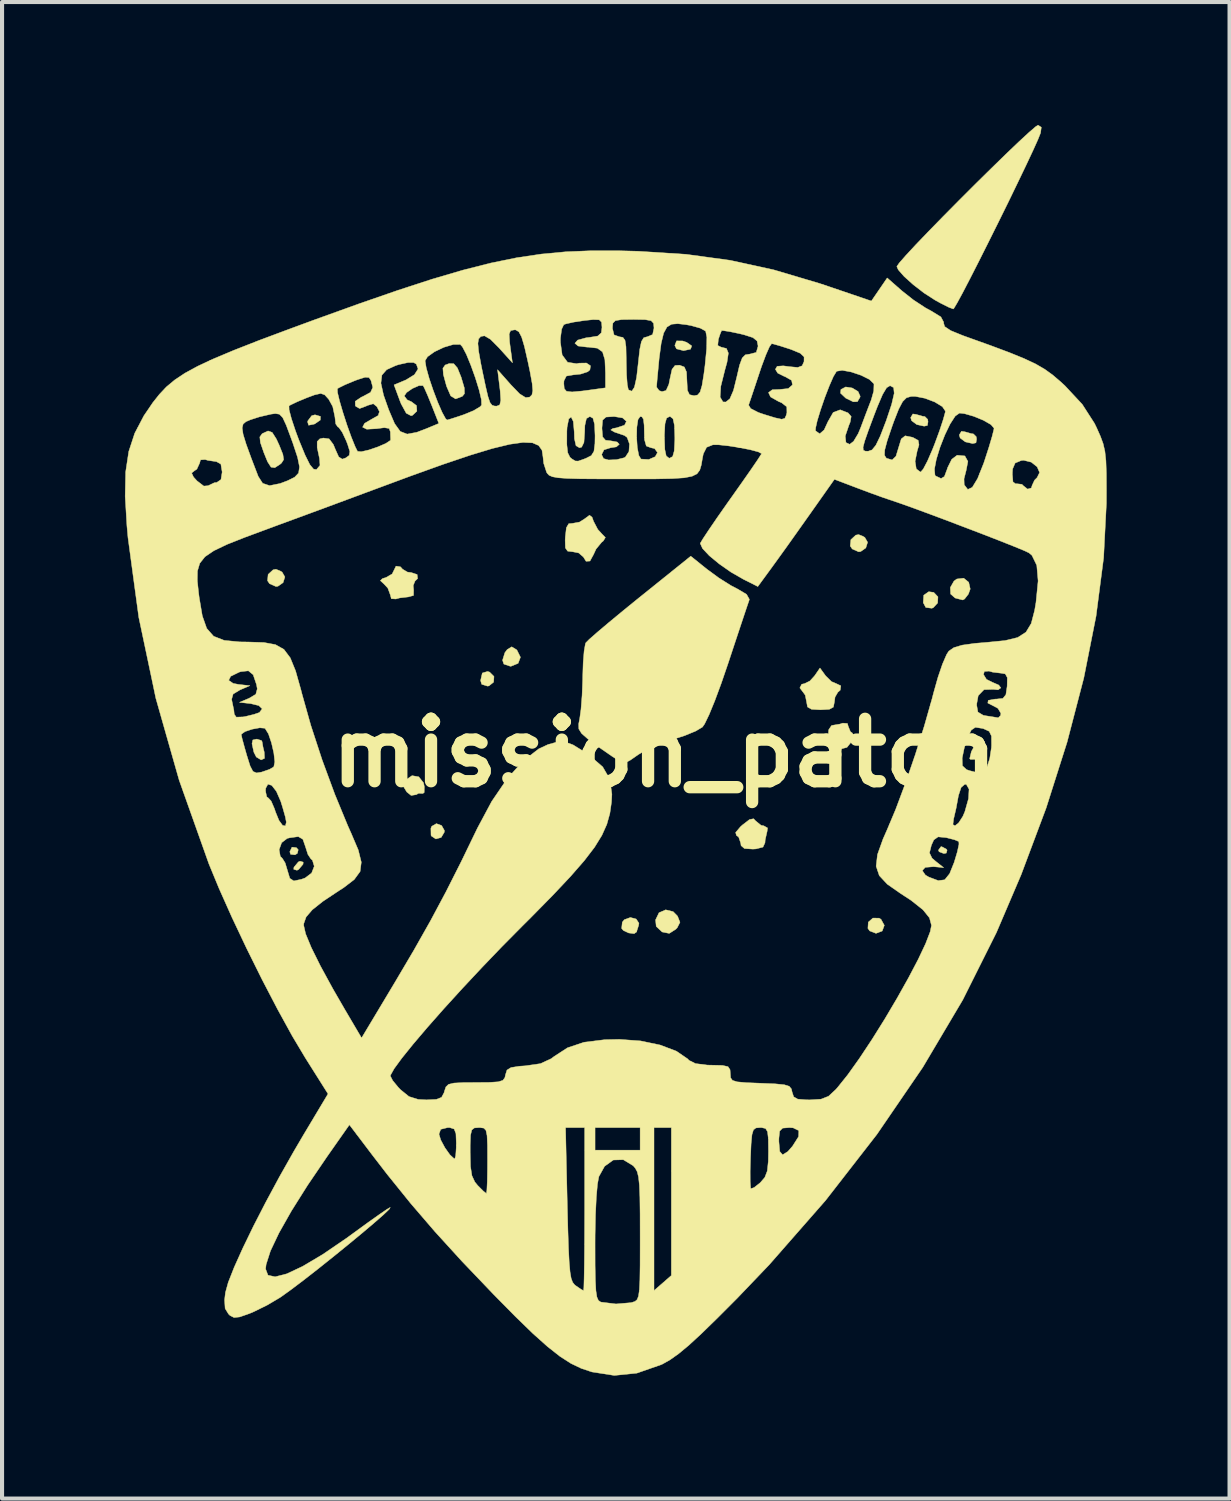
<source format=kicad_pcb>
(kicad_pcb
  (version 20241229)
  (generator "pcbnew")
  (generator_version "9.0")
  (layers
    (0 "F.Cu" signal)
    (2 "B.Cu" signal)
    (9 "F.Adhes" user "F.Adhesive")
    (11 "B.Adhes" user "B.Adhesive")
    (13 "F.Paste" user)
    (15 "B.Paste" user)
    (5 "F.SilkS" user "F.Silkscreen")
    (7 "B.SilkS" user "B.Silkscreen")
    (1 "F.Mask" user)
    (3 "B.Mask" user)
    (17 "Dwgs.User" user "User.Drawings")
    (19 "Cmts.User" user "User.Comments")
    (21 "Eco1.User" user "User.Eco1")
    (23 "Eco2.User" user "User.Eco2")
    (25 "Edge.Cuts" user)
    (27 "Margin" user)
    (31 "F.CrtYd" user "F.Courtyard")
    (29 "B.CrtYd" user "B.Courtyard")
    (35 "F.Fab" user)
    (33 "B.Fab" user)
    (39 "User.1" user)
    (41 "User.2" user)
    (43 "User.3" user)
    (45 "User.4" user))
  (footprint "mission_patch"
    (layer "F.Cu")
    (at 13.168 15.33)
    (property "Reference" "mission_patch" (at 0 0 0) (layer "F.SilkS") (effects (font (size 1.524 1.524) (thickness 0.3))))
    (attr through_hole)
    (fp_poly (pts (xy -8.983 2.311) (xy -8.938 2.362) (xy -8.96 2.451) (xy -9.017 2.486) (xy -9.126 2.473) (xy -9.144 2.41) (xy -9.091 2.299) (xy -8.983 2.311)) (stroke (width 0.01) (type solid)) (fill yes) (layer "F.SilkS"))
    (fp_poly (pts (xy -8.817 2.664) (xy -8.821 2.715) (xy -8.928 2.843) (xy -8.969 2.863) (xy -9.048 2.84) (xy -9.043 2.789) (xy -8.936 2.66) (xy -8.895 2.641) (xy -8.817 2.664)) (stroke (width 0.01) (type solid)) (fill yes) (layer "F.SilkS"))
    (fp_poly (pts (xy 6.883 2.348) (xy 6.9 2.371) (xy 6.881 2.443) (xy 6.821 2.455) (xy 6.705 2.411) (xy 6.689 2.371) (xy 6.749 2.288) (xy 6.768 2.286) (xy 6.883 2.348)) (stroke (width 0.01) (type solid)) (fill yes) (layer "F.SilkS"))
    (fp_poly (pts (xy -8.396 -8.216) (xy -8.399 -8.127) (xy -8.535 -8.033) (xy -8.551 -8.027) (xy -8.685 -8) (xy -8.709 -8.079) (xy -8.704 -8.107) (xy -8.61 -8.233) (xy -8.529 -8.255) (xy -8.396 -8.216)) (stroke (width 0.01) (type solid)) (fill yes) (layer "F.SilkS"))
    (fp_poly (pts (xy -4.267 -1.975) (xy -4.16 -1.868) (xy -4.169 -1.729) (xy -4.283 -1.638) (xy -4.318 -1.632) (xy -4.46 -1.677) (xy -4.487 -1.769) (xy -4.445 -1.952) (xy -4.318 -1.99) (xy -4.267 -1.975)) (stroke (width 0.01) (type solid)) (fill yes) (layer "F.SilkS"))
    (fp_poly (pts (xy 0.441 -10.058) (xy 0.543 -10.024) (xy 0.667 -9.937) (xy 0.638 -9.857) (xy 0.47 -9.821) (xy 0.466 -9.821) (xy 0.295 -9.865) (xy 0.254 -9.948) (xy 0.297 -10.059) (xy 0.441 -10.058)) (stroke (width 0.01) (type solid)) (fill yes) (layer "F.SilkS"))
    (fp_poly (pts (xy 5.242 4.032) (xy 5.287 4.06) (xy 5.368 4.207) (xy 5.317 4.345) (xy 5.165 4.403) (xy 5.012 4.344) (xy 4.967 4.282) (xy 4.977 4.128) (xy 5.09 4.029) (xy 5.242 4.032)) (stroke (width 0.01) (type solid)) (fill yes) (layer "F.SilkS"))
    (fp_poly (pts (xy 6.575 -3.92) (xy 6.677 -3.812) (xy 6.669 -3.661) (xy 6.562 -3.546) (xy 6.527 -3.533) (xy 6.38 -3.552) (xy 6.318 -3.669) (xy 6.33 -3.852) (xy 6.452 -3.937) (xy 6.575 -3.92)) (stroke (width 0.01) (type solid)) (fill yes) (layer "F.SilkS"))
    (fp_poly (pts (xy -5.439 1.77) (xy -5.37 1.892) (xy -5.372 1.932) (xy -5.449 2.062) (xy -5.579 2.099) (xy -5.688 2.027) (xy -5.697 2.007) (xy -5.7 1.838) (xy -5.679 1.789) (xy -5.566 1.724) (xy -5.439 1.77)) (stroke (width 0.01) (type solid)) (fill yes) (layer "F.SilkS"))
    (fp_poly (pts (xy 4.586 -8.909) (xy 4.727 -8.824) (xy 4.779 -8.707) (xy 4.773 -8.681) (xy 4.711 -8.576) (xy 4.61 -8.572) (xy 4.428 -8.661) (xy 4.299 -8.782) (xy 4.308 -8.873) (xy 4.424 -8.935) (xy 4.586 -8.909)) (stroke (width 0.01) (type solid)) (fill yes) (layer "F.SilkS"))
    (fp_poly (pts (xy -9.383 -4.445) (xy -9.332 -4.416) (xy -9.264 -4.297) (xy -9.308 -4.158) (xy -9.434 -4.07) (xy -9.483 -4.064) (xy -9.639 -4.133) (xy -9.688 -4.205) (xy -9.673 -4.36) (xy -9.552 -4.471) (xy -9.483 -4.485) (xy -9.383 -4.445)) (stroke (width 0.01) (type solid)) (fill yes) (layer "F.SilkS"))
    (fp_poly (pts (xy -3.611 -2.522) (xy -3.599 -2.51) (xy -3.514 -2.338) (xy -3.571 -2.188) (xy -3.744 -2.117) (xy -3.763 -2.117) (xy -3.919 -2.17) (xy -3.951 -2.264) (xy -3.894 -2.449) (xy -3.838 -2.524) (xy -3.727 -2.592) (xy -3.611 -2.522)) (stroke (width 0.01) (type solid)) (fill yes) (layer "F.SilkS"))
    (fp_poly (pts (xy 0.213 3.872) (xy 0.32 3.981) (xy 0.38 4.133) (xy 0.313 4.265) (xy 0.277 4.303) (xy 0.118 4.404) (xy -0.056 4.369) (xy -0.2 4.233) (xy -0.216 4.074) (xy -0.132 3.899) (xy 0.031 3.828) (xy 0.213 3.872)) (stroke (width 0.01) (type solid)) (fill yes) (layer "F.SilkS"))
    (fp_poly (pts (xy 4.841 -5.292) (xy 4.892 -5.262) (xy 4.96 -5.144) (xy 4.916 -5.005) (xy 4.79 -4.917) (xy 4.741 -4.911) (xy 4.585 -4.98) (xy 4.536 -5.052) (xy 4.551 -5.207) (xy 4.672 -5.318) (xy 4.741 -5.331) (xy 4.841 -5.292)) (stroke (width 0.01) (type solid)) (fill yes) (layer "F.SilkS"))
    (fp_poly (pts (xy 6.145 -8.264) (xy 6.307 -8.218) (xy 6.357 -8.213) (xy 6.426 -8.144) (xy 6.435 -8.086) (xy 6.419 -7.994) (xy 6.34 -7.977) (xy 6.16 -8.017) (xy 6.034 -8.111) (xy 6.011 -8.186) (xy 6.064 -8.276) (xy 6.145 -8.264)) (stroke (width 0.01) (type solid)) (fill yes) (layer "F.SilkS"))
    (fp_poly (pts (xy 7.331 -7.841) (xy 7.492 -7.795) (xy 7.542 -7.789) (xy 7.611 -7.721) (xy 7.62 -7.662) (xy 7.605 -7.571) (xy 7.525 -7.553) (xy 7.345 -7.594) (xy 7.219 -7.688) (xy 7.197 -7.762) (xy 7.25 -7.852) (xy 7.331 -7.841)) (stroke (width 0.01) (type solid)) (fill yes) (layer "F.SilkS"))
    (fp_poly (pts (xy 7.812 -0.279) (xy 7.809 -0.139) (xy 7.747 0.018) (xy 7.644 0.133) (xy 7.593 0.154) (xy 7.472 0.157) (xy 7.451 0.139) (xy 7.493 -0.035) (xy 7.59 -0.214) (xy 7.701 -0.327) (xy 7.738 -0.339) (xy 7.812 -0.279)) (stroke (width 0.01) (type solid)) (fill yes) (layer "F.SilkS"))
    (fp_poly (pts (xy -9.835 -0.304) (xy -9.82 -0.275) (xy -9.799 -0.15) (xy -9.768 -0.021) (xy -9.761 0.131) (xy -9.844 0.169) (xy -9.962 0.098) (xy -10.022 -0.021) (xy -10.067 -0.227) (xy -10.047 -0.318) (xy -9.951 -0.339) (xy -9.948 -0.339) (xy -9.835 -0.304)) (stroke (width 0.01) (type solid)) (fill yes) (layer "F.SilkS"))
    (fp_poly (pts (xy -0.689 4.053) (xy -0.622 4.155) (xy -0.63 4.209) (xy -0.672 4.339) (xy -0.677 4.367) (xy -0.739 4.41) (xy -0.873 4.393) (xy -1.002 4.332) (xy -1.044 4.282) (xy -1.028 4.13) (xy -0.979 4.069) (xy -0.831 4.015) (xy -0.689 4.053)) (stroke (width 0.01) (type solid)) (fill yes) (layer "F.SilkS"))
    (fp_poly (pts (xy 7.428 -4.168) (xy 7.465 -4.003) (xy 7.42 -3.878) (xy 7.327 -3.759) (xy 7.282 -3.735) (xy 7.172 -3.763) (xy 7.096 -3.783) (xy 6.986 -3.88) (xy 6.979 -4.04) (xy 7.068 -4.196) (xy 7.137 -4.247) (xy 7.306 -4.267) (xy 7.428 -4.168)) (stroke (width 0.01) (type solid)) (fill yes) (layer "F.SilkS"))
    (fp_poly (pts (xy -5.996 0.582) (xy -5.88 0.728) (xy -5.86 0.824) (xy -5.864 0.966) (xy -5.897 0.989) (xy -6.001 0.984) (xy -6.054 1.016) (xy -6.182 1.037) (xy -6.288 0.952) (xy -6.375 0.811) (xy -6.327 0.675) (xy -6.316 0.66) (xy -6.16 0.553) (xy -5.996 0.582)) (stroke (width 0.01) (type solid)) (fill yes) (layer "F.SilkS"))
    (fp_poly (pts (xy -5.142 -9.502) (xy -5.053 -9.399) (xy -4.958 -9.164) (xy -4.958 -9.161) (xy -4.884 -8.911) (xy -4.88 -8.771) (xy -4.932 -8.706) (xy -5.097 -8.643) (xy -5.216 -8.716) (xy -5.313 -8.94) (xy -5.321 -8.963) (xy -5.395 -9.236) (xy -5.407 -9.391) (xy -5.352 -9.47) (xy -5.254 -9.506) (xy -5.142 -9.502)) (stroke (width 0.01) (type solid)) (fill yes) (layer "F.SilkS"))
    (fp_poly (pts (xy -9.574 -7.825) (xy -9.473 -7.666) (xy -9.403 -7.514) (xy -9.313 -7.289) (xy -9.294 -7.161) (xy -9.346 -7.078) (xy -9.381 -7.048) (xy -9.51 -6.964) (xy -9.602 -6.977) (xy -9.687 -7.109) (xy -9.778 -7.333) (xy -9.862 -7.577) (xy -9.876 -7.714) (xy -9.823 -7.789) (xy -9.811 -7.798) (xy -9.675 -7.861) (xy -9.574 -7.825)) (stroke (width 0.01) (type solid)) (fill yes) (layer "F.SilkS"))
    (fp_poly (pts (xy 4.467 -0.721) (xy 4.487 -0.651) (xy 4.541 -0.518) (xy 4.584 -0.49) (xy 4.63 -0.417) (xy 4.563 -0.271) (xy 4.456 -0.137) (xy 4.327 -0.103) (xy 4.133 -0.142) (xy 4.04 -0.233) (xy 3.998 -0.398) (xy 4.01 -0.567) (xy 4.079 -0.67) (xy 4.112 -0.677) (xy 4.285 -0.706) (xy 4.353 -0.729) (xy 4.467 -0.721)) (stroke (width 0.01) (type solid)) (fill yes) (layer "F.SilkS"))
    (fp_poly (pts (xy 2.227 1.658) (xy 2.359 1.765) (xy 2.426 1.778) (xy 2.518 1.83) (xy 2.507 1.912) (xy 2.46 2.12) (xy 2.455 2.191) (xy 2.406 2.297) (xy 2.237 2.341) (xy 2.159 2.346) (xy 1.953 2.332) (xy 1.871 2.261) (xy 1.863 2.2) (xy 1.812 2.052) (xy 1.757 2.011) (xy 1.739 1.94) (xy 1.857 1.8) (xy 1.905 1.757) (xy 2.078 1.624) (xy 2.177 1.605) (xy 2.227 1.658)) (stroke (width 0.01) (type solid)) (fill yes) (layer "F.SilkS"))
    (fp_poly (pts (xy 3.935 -1.884) (xy 4.078 -1.743) (xy 4.196 -1.693) (xy 4.306 -1.641) (xy 4.292 -1.534) (xy 4.233 -1.482) (xy 4.165 -1.364) (xy 4.149 -1.242) (xy 4.125 -1.12) (xy 4.025 -1.066) (xy 3.81 -1.054) (xy 3.59 -1.067) (xy 3.493 -1.123) (xy 3.471 -1.242) (xy 3.437 -1.413) (xy 3.387 -1.482) (xy 3.306 -1.589) (xy 3.351 -1.678) (xy 3.419 -1.693) (xy 3.55 -1.757) (xy 3.666 -1.884) (xy 3.797 -2.074) (xy 3.935 -1.884)) (stroke (width 0.01) (type solid)) (fill yes) (layer "F.SilkS"))
    (fp_poly (pts (xy -6.444 -4.545) (xy -6.392 -4.487) (xy -6.273 -4.416) (xy -6.176 -4.403) (xy -6.036 -4.357) (xy -6.024 -4.258) (xy -6.088 -4.196) (xy -6.132 -4.086) (xy -6.121 -3.979) (xy -6.124 -3.845) (xy -6.249 -3.81) (xy -6.462 -3.785) (xy -6.555 -3.759) (xy -6.666 -3.766) (xy -6.689 -3.855) (xy -6.751 -4.024) (xy -6.837 -4.117) (xy -6.933 -4.207) (xy -6.883 -4.257) (xy -6.795 -4.284) (xy -6.646 -4.37) (xy -6.604 -4.455) (xy -6.552 -4.561) (xy -6.444 -4.545)) (stroke (width 0.01) (type solid)) (fill yes) (layer "F.SilkS"))
    (fp_poly (pts (xy -1.765 -5.754) (xy -1.731 -5.658) (xy -1.626 -5.457) (xy -1.533 -5.355) (xy -1.441 -5.26) (xy -1.491 -5.177) (xy -1.533 -5.143) (xy -1.669 -4.977) (xy -1.729 -4.847) (xy -1.817 -4.685) (xy -1.913 -4.68) (xy -1.978 -4.784) (xy -2.091 -4.882) (xy -2.233 -4.911) (xy -2.362 -4.927) (xy -2.417 -5.005) (xy -2.423 -5.193) (xy -2.419 -5.271) (xy -2.393 -5.499) (xy -2.336 -5.597) (xy -2.25 -5.604) (xy -2.073 -5.636) (xy -1.947 -5.716) (xy -1.828 -5.804) (xy -1.765 -5.754)) (stroke (width 0.01) (type solid)) (fill yes) (layer "F.SilkS"))
    (fp_poly (pts (xy 9.2 -15.274) (xy 9.181 -15.134) (xy 9.121 -14.982) (xy 9.001 -14.715) (xy 8.832 -14.355) (xy 8.627 -13.928) (xy 8.398 -13.455) (xy 8.154 -12.96) (xy 7.909 -12.468) (xy 7.674 -12) (xy 7.461 -11.582) (xy 7.281 -11.235) (xy 7.145 -10.985) (xy 7.066 -10.853) (xy 7.052 -10.838) (xy 6.945 -10.878) (xy 6.747 -10.977) (xy 6.604 -11.056) (xy 6.339 -11.227) (xy 6.077 -11.429) (xy 5.854 -11.629) (xy 5.708 -11.795) (xy 5.673 -11.875) (xy 5.731 -11.96) (xy 5.892 -12.144) (xy 6.137 -12.408) (xy 6.449 -12.733) (xy 6.807 -13.1) (xy 7.194 -13.491) (xy 7.591 -13.888) (xy 7.979 -14.27) (xy 8.338 -14.62) (xy 8.651 -14.919) (xy 8.899 -15.148) (xy 9.063 -15.289) (xy 9.121 -15.325) (xy 9.2 -15.274)) (stroke (width 0.01) (type solid)) (fill yes) (layer "F.SilkS"))
    (fp_poly (pts (xy 1.044 -4.482) (xy 1.329 -4.273) (xy 1.624 -4.087) (xy 1.78 -4.006) (xy 2.005 -3.873) (xy 2.073 -3.752) (xy 2.067 -3.725) (xy 2.026 -3.606) (xy 1.942 -3.355) (xy 1.824 -3.001) (xy 1.682 -2.573) (xy 1.555 -2.189) (xy 1.389 -1.704) (xy 1.231 -1.277) (xy 1.091 -0.936) (xy 0.982 -0.71) (xy 0.929 -0.633) (xy 0.766 -0.536) (xy 0.498 -0.425) (xy 0.205 -0.331) (xy -0.133 -0.216) (xy -0.447 -0.076) (xy -0.639 0.04) (xy -0.83 0.173) (xy -0.966 0.246) (xy -0.989 0.252) (xy -1.086 0.204) (xy -1.281 0.079) (xy -1.535 -0.097) (xy -1.597 -0.141) (xy -1.865 -0.339) (xy -2.021 -0.476) (xy -2.089 -0.586) (xy -2.093 -0.709) (xy -2.068 -0.837) (xy -2.036 -1.068) (xy -2.01 -1.403) (xy -1.995 -1.779) (xy -1.994 -1.863) (xy -1.983 -2.205) (xy -1.96 -2.488) (xy -1.929 -2.664) (xy -1.918 -2.691) (xy -1.833 -2.776) (xy -1.637 -2.948) (xy -1.353 -3.188) (xy -1.002 -3.478) (xy -0.607 -3.799) (xy -0.604 -3.801) (xy 0.643 -4.804) (xy 1.044 -4.482)) (stroke (width 0.01) (type solid)) (fill yes) (layer "F.SilkS"))
    (fp_poly (pts (xy -0.635 -12.247) (xy 0.526 -12.173) (xy 1.605 -12.026) (xy 2.667 -11.794) (xy 3.779 -11.464) (xy 3.98 -11.397) (xy 5.052 -11.032) (xy 5.438 -11.596) (xy 5.802 -11.277) (xy 6.078 -11.059) (xy 6.375 -10.864) (xy 6.51 -10.791) (xy 6.748 -10.645) (xy 6.818 -10.514) (xy 6.814 -10.498) (xy 6.841 -10.409) (xy 6.989 -10.31) (xy 7.28 -10.191) (xy 7.346 -10.167) (xy 7.949 -9.951) (xy 8.417 -9.776) (xy 8.778 -9.629) (xy 9.058 -9.498) (xy 9.282 -9.368) (xy 9.476 -9.228) (xy 9.668 -9.064) (xy 9.775 -8.966) (xy 10.199 -8.511) (xy 10.498 -8.046) (xy 10.55 -7.939) (xy 10.643 -7.73) (xy 10.709 -7.55) (xy 10.752 -7.364) (xy 10.777 -7.135) (xy 10.788 -6.828) (xy 10.79 -6.409) (xy 10.789 -6.096) (xy 10.721 -4.765) (xy 10.536 -3.338) (xy 10.237 -1.831) (xy 9.829 -0.264) (xy 9.318 1.343) (xy 8.707 2.973) (xy 8.104 4.384) (xy 7.283 6.026) (xy 6.306 7.674) (xy 5.185 9.312) (xy 3.932 10.924) (xy 2.558 12.492) (xy 1.778 13.308) (xy 1.293 13.794) (xy 0.905 14.172) (xy 0.595 14.458) (xy 0.344 14.666) (xy 0.135 14.814) (xy -0.05 14.918) (xy -0.085 14.933) (xy -0.673 15.138) (xy -1.222 15.194) (xy -1.768 15.109) (xy -2.027 15.023) (xy -2.282 14.901) (xy -2.551 14.728) (xy -2.854 14.489) (xy -3.211 14.17) (xy -3.639 13.754) (xy -4.159 13.227) (xy -4.197 13.187) (xy -4.946 12.403) (xy -5.6 11.685) (xy -6.194 10.994) (xy -6.764 10.288) (xy -7.134 9.808) (xy -7.517 9.302) (xy -5.503 9.302) (xy -5.46 9.445) (xy -5.358 9.635) (xy -5.236 9.807) (xy -5.133 9.902) (xy -5.116 9.906) (xy -5.095 9.83) (xy -5.089 9.752) (xy -4.741 9.752) (xy -4.733 10.094) (xy -4.699 10.316) (xy -4.628 10.47) (xy -4.557 10.557) (xy -4.422 10.692) (xy -4.347 10.752) (xy -4.346 10.753) (xy -4.334 10.674) (xy -4.324 10.463) (xy -4.319 10.156) (xy -4.318 9.948) (xy -4.319 9.576) (xy -4.329 9.341) (xy -4.356 9.212) (xy -4.408 9.157) (xy -4.494 9.144) (xy -4.53 9.144) (xy -4.639 9.152) (xy -4.702 9.202) (xy -4.732 9.329) (xy -4.741 9.57) (xy -4.741 9.752) (xy -5.089 9.752) (xy -5.082 9.639) (xy -5.08 9.525) (xy -5.089 9.29) (xy -5.132 9.179) (xy -5.235 9.145) (xy -5.292 9.144) (xy -5.46 9.186) (xy -5.503 9.302) (xy -7.517 9.302) (xy -7.637 9.144) (xy -2.413 9.144) (xy -2.371 11.014) (xy -2.356 11.626) (xy -2.341 12.091) (xy -2.324 12.432) (xy -2.303 12.669) (xy -2.276 12.825) (xy -2.239 12.922) (xy -2.191 12.982) (xy -2.164 13.003) (xy -2.028 13.096) (xy -1.973 13.123) (xy -1.966 13.043) (xy -1.96 12.816) (xy -1.954 12.467) (xy -1.95 12.018) (xy -1.95 11.987) (xy -1.693 11.987) (xy -1.692 12.502) (xy -1.685 12.873) (xy -1.672 13.124) (xy -1.648 13.279) (xy -1.612 13.362) (xy -1.56 13.399) (xy -1.545 13.404) (xy -1.182 13.449) (xy -0.821 13.418) (xy -0.783 13.409) (xy -0.716 13.386) (xy -0.667 13.344) (xy -0.633 13.259) (xy -0.611 13.107) (xy -0.599 12.865) (xy -0.594 12.509) (xy -0.593 12.016) (xy -0.593 11.801) (xy -0.594 11.248) (xy -0.599 10.839) (xy -0.611 10.548) (xy -0.632 10.351) (xy -0.664 10.221) (xy -0.711 10.134) (xy -0.762 10.075) (xy -1.003 9.928) (xy -1.247 9.935) (xy -1.46 10.088) (xy -1.6 10.34) (xy -1.634 10.523) (xy -1.662 10.844) (xy -1.682 11.268) (xy -1.692 11.764) (xy -1.693 11.987) (xy -1.95 11.987) (xy -1.948 11.494) (xy -1.947 11.134) (xy -1.947 9.144) (xy -1.693 9.144) (xy -1.693 9.694) (xy -0.593 9.694) (xy -0.593 9.144) (xy -0.254 9.144) (xy -0.254 13.122) (xy -0.042 12.938) (xy 0.169 12.754) (xy 0.169 10.204) (xy 2.093 10.204) (xy 2.094 10.465) (xy 2.104 10.615) (xy 2.11 10.634) (xy 2.189 10.608) (xy 2.332 10.495) (xy 2.343 10.485) (xy 2.451 10.359) (xy 2.511 10.203) (xy 2.536 9.966) (xy 2.54 9.722) (xy 2.537 9.483) (xy 2.794 9.483) (xy 2.815 9.726) (xy 2.885 9.808) (xy 3.011 9.73) (xy 3.127 9.598) (xy 3.275 9.364) (xy 3.28 9.217) (xy 3.142 9.15) (xy 3.048 9.144) (xy 2.885 9.157) (xy 2.813 9.23) (xy 2.794 9.41) (xy 2.794 9.483) (xy 2.537 9.483) (xy 2.537 9.417) (xy 2.517 9.244) (xy 2.469 9.166) (xy 2.378 9.145) (xy 2.335 9.144) (xy 2.235 9.152) (xy 2.173 9.199) (xy 2.137 9.318) (xy 2.116 9.541) (xy 2.102 9.871) (xy 2.093 10.204) (xy 0.169 10.204) (xy 0.169 9.144) (xy -0.254 9.144) (xy -0.593 9.144) (xy -1.693 9.144) (xy -1.947 9.144) (xy -2.413 9.144) (xy -7.637 9.144) (xy -7.689 9.075) (xy -8.233 9.85) (xy -8.711 10.553) (xy -9.105 11.179) (xy -9.409 11.717) (xy -9.617 12.156) (xy -9.722 12.484) (xy -9.735 12.594) (xy -9.677 12.747) (xy -9.502 12.786) (xy -9.218 12.713) (xy -8.829 12.53) (xy -8.341 12.24) (xy -7.762 11.845) (xy -7.538 11.682) (xy -7.221 11.451) (xy -6.955 11.263) (xy -6.769 11.136) (xy -6.691 11.092) (xy -6.721 11.141) (xy -6.863 11.276) (xy -7.095 11.479) (xy -7.393 11.731) (xy -7.737 12.015) (xy -8.103 12.312) (xy -8.47 12.605) (xy -8.815 12.874) (xy -9.117 13.102) (xy -9.352 13.271) (xy -9.386 13.294) (xy -9.692 13.475) (xy -10.023 13.638) (xy -10.132 13.684) (xy -10.367 13.766) (xy -10.505 13.781) (xy -10.603 13.731) (xy -10.641 13.694) (xy -10.723 13.559) (xy -10.736 13.351) (xy -10.715 13.169) (xy -10.647 12.923) (xy -10.502 12.555) (xy -10.293 12.09) (xy -10.032 11.551) (xy -9.729 10.962) (xy -9.397 10.346) (xy -9.048 9.728) (xy -8.824 9.346) (xy -8.211 8.321) (xy -8.766 7.441) (xy -9.084 6.908) (xy -9.442 6.257) (xy -9.821 5.53) (xy -10.199 4.768) (xy -10.557 4.011) (xy -10.874 3.3) (xy -11.118 2.709) (xy -11.242 2.36) (xy -9.405 2.36) (xy -9.376 2.523) (xy -9.324 2.576) (xy -9.257 2.684) (xy -9.199 2.877) (xy -9.144 3.06) (xy -9.046 3.123) (xy -8.859 3.083) (xy -8.769 3.05) (xy -8.612 2.931) (xy -8.547 2.765) (xy -8.592 2.617) (xy -8.629 2.586) (xy -8.702 2.476) (xy -8.763 2.285) (xy -8.825 2.106) (xy -8.937 2.041) (xy -9.146 2.07) (xy -9.207 2.085) (xy -9.343 2.189) (xy -9.405 2.36) (xy -11.242 2.36) (xy -11.75 0.931) (xy -9.737 0.931) (xy -9.707 1.069) (xy -9.665 1.101) (xy -9.599 1.174) (xy -9.52 1.357) (xy -9.493 1.439) (xy -9.409 1.645) (xy -9.32 1.767) (xy -9.251 1.781) (xy -9.229 1.688) (xy -9.253 1.561) (xy -9.317 1.335) (xy -9.365 1.18) (xy -9.471 0.937) (xy -9.583 0.792) (xy -9.678 0.761) (xy -9.732 0.86) (xy -9.737 0.931) (xy -11.75 0.931) (xy -11.845 0.663) (xy -12.162 -0.449) (xy -10.329 -0.449) (xy -10.308 -0.351) (xy -10.251 -0.142) (xy -10.194 0.058) (xy -10.112 0.319) (xy -10.043 0.45) (xy -9.955 0.487) (xy -9.834 0.467) (xy -9.64 0.4) (xy -9.535 0.338) (xy -9.51 0.218) (xy -9.534 0.002) (xy -9.591 -0.247) (xy -9.666 -0.468) (xy -9.747 -0.598) (xy -9.755 -0.604) (xy -9.877 -0.615) (xy -10.062 -0.581) (xy -10.236 -0.523) (xy -10.327 -0.458) (xy -10.329 -0.449) (xy -12.162 -0.449) (xy -12.415 -1.339) (xy -12.506 -1.774) (xy -10.636 -1.774) (xy -10.527 -1.699) (xy -10.398 -1.674) (xy -10.118 -1.643) (xy -10.36 -1.54) (xy -10.528 -1.438) (xy -10.564 -1.31) (xy -10.552 -1.247) (xy -10.51 -1.047) (xy -10.5 -0.946) (xy -10.45 -0.875) (xy -10.282 -0.881) (xy -10.223 -0.892) (xy -10.016 -0.943) (xy -9.888 -0.987) (xy -9.885 -0.989) (xy -9.818 -1.078) (xy -9.9 -1.157) (xy -10.097 -1.205) (xy -10.372 -1.236) (xy -10.137 -1.336) (xy -9.974 -1.433) (xy -9.938 -1.566) (xy -9.957 -1.671) (xy -10.038 -1.91) (xy -10.155 -2.006) (xy -10.343 -1.985) (xy -10.38 -1.973) (xy -10.587 -1.872) (xy -10.636 -1.774) (xy -12.506 -1.774) (xy -12.83 -3.309) (xy -12.952 -4.207) (xy -11.402 -4.207) (xy -11.37 -3.908) (xy -11.356 -3.798) (xy -11.28 -3.348) (xy -11.172 -3.041) (xy -11.004 -2.85) (xy -10.746 -2.749) (xy -10.37 -2.712) (xy -10.16 -2.709) (xy -9.776 -2.697) (xy -9.494 -2.645) (xy -9.288 -2.529) (xy -9.133 -2.323) (xy -9.003 -2.004) (xy -8.874 -1.547) (xy -8.848 -1.446) (xy -8.631 -0.674) (xy -8.355 0.169) (xy -8.045 1.009) (xy -7.729 1.775) (xy -7.645 1.963) (xy -7.473 2.367) (xy -7.399 2.665) (xy -7.428 2.893) (xy -7.571 3.089) (xy -7.833 3.29) (xy -7.94 3.358) (xy -8.334 3.62) (xy -8.596 3.828) (xy -8.746 4.003) (xy -8.803 4.165) (xy -8.805 4.208) (xy -8.758 4.414) (xy -8.62 4.748) (xy -8.397 5.198) (xy -8.095 5.752) (xy -7.807 6.251) (xy -7.392 6.956) (xy -6.589 5.616) (xy -6.119 4.82) (xy -5.712 4.1) (xy -5.336 3.396) (xy -4.959 2.65) (xy -4.563 1.832) (xy -4.215 1.181) (xy -3.839 0.63) (xy -3.452 0.197) (xy -3.069 -0.1) (xy -2.84 -0.207) (xy -2.615 -0.269) (xy -2.427 -0.271) (xy -2.229 -0.198) (xy -1.969 -0.037) (xy -1.825 0.063) (xy -1.506 0.339) (xy -1.333 0.638) (xy -1.282 1.006) (xy -1.292 1.201) (xy -1.332 1.478) (xy -1.406 1.742) (xy -1.526 2.01) (xy -1.705 2.3) (xy -1.956 2.628) (xy -2.291 3.012) (xy -2.722 3.47) (xy -3.261 4.018) (xy -3.477 4.233) (xy -3.97 4.731) (xy -4.462 5.244) (xy -4.939 5.754) (xy -5.387 6.246) (xy -5.791 6.704) (xy -6.137 7.111) (xy -6.411 7.451) (xy -6.598 7.707) (xy -6.685 7.863) (xy -6.689 7.886) (xy -6.633 7.995) (xy -6.495 8.163) (xy -6.441 8.219) (xy -6.235 8.386) (xy -6.01 8.456) (xy -5.808 8.467) (xy -5.565 8.455) (xy -5.439 8.405) (xy -5.378 8.29) (xy -5.369 8.255) (xy -5.334 8.151) (xy -5.27 8.089) (xy -5.139 8.057) (xy -4.905 8.045) (xy -4.611 8.043) (xy -4.266 8.04) (xy -4.054 8.026) (xy -3.942 7.99) (xy -3.894 7.923) (xy -3.879 7.853) (xy -3.843 7.74) (xy -3.744 7.678) (xy -3.541 7.646) (xy -3.393 7.636) (xy -3.027 7.583) (xy -2.762 7.461) (xy -2.697 7.411) (xy -2.366 7.196) (xy -1.963 7.061) (xy -1.456 6.998) (xy -1.101 6.99) (xy -0.582 7.028) (xy -0.104 7.128) (xy 0.292 7.278) (xy 0.567 7.466) (xy 0.6 7.502) (xy 0.758 7.581) (xy 1.049 7.618) (xy 1.153 7.62) (xy 1.416 7.626) (xy 1.552 7.656) (xy 1.602 7.731) (xy 1.609 7.828) (xy 1.616 7.928) (xy 1.661 7.991) (xy 1.775 8.027) (xy 1.993 8.047) (xy 2.347 8.061) (xy 2.349 8.061) (xy 2.706 8.076) (xy 2.927 8.098) (xy 3.047 8.136) (xy 3.1 8.2) (xy 3.117 8.276) (xy 3.155 8.392) (xy 3.254 8.449) (xy 3.462 8.466) (xy 3.553 8.467) (xy 3.824 8.45) (xy 4.007 8.378) (xy 4.184 8.213) (xy 4.22 8.173) (xy 4.472 7.859) (xy 4.759 7.457) (xy 5.066 6.994) (xy 5.378 6.495) (xy 5.679 5.986) (xy 5.956 5.492) (xy 6.194 5.039) (xy 6.376 4.653) (xy 6.489 4.359) (xy 6.519 4.207) (xy 6.47 4.024) (xy 6.311 3.827) (xy 6.024 3.599) (xy 5.757 3.424) (xy 5.439 3.202) (xy 5.245 2.993) (xy 5.204 2.87) (xy 6.295 2.87) (xy 6.37 2.979) (xy 6.453 3.028) (xy 6.684 3.115) (xy 6.842 3.095) (xy 6.962 2.946) (xy 7.073 2.67) (xy 7.15 2.413) (xy 7.19 2.227) (xy 7.186 2.162) (xy 7.08 2.117) (xy 6.884 2.067) (xy 6.875 2.065) (xy 6.681 2.047) (xy 6.576 2.121) (xy 6.517 2.251) (xy 6.47 2.438) (xy 6.532 2.567) (xy 6.621 2.644) (xy 6.816 2.798) (xy 6.571 2.775) (xy 6.366 2.792) (xy 6.295 2.87) (xy 5.204 2.87) (xy 5.168 2.764) (xy 5.201 2.478) (xy 5.336 2.1) (xy 5.428 1.892) (xy 5.489 1.748) (xy 7.042 1.748) (xy 7.093 1.777) (xy 7.183 1.704) (xy 7.284 1.548) (xy 7.333 1.434) (xy 7.423 1.114) (xy 7.436 0.884) (xy 7.372 0.77) (xy 7.335 0.762) (xy 7.243 0.84) (xy 7.176 1.043) (xy 7.17 1.079) (xy 7.12 1.35) (xy 7.066 1.583) (xy 7.061 1.599) (xy 7.042 1.748) (xy 5.489 1.748) (xy 5.646 1.374) (xy 5.882 0.742) (xy 6.095 0.123) (xy 7.268 0.123) (xy 7.274 0.312) (xy 7.375 0.406) (xy 7.451 0.432) (xy 7.662 0.485) (xy 7.772 0.477) (xy 7.844 0.393) (xy 7.877 0.334) (xy 7.941 0.136) (xy 7.982 -0.13) (xy 7.985 -0.187) (xy 7.983 -0.414) (xy 7.928 -0.529) (xy 7.789 -0.593) (xy 7.762 -0.6) (xy 7.591 -0.627) (xy 7.49 -0.559) (xy 7.41 -0.397) (xy 7.32 -0.126) (xy 7.268 0.123) (xy 6.095 0.123) (xy 6.121 0.048) (xy 6.343 -0.657) (xy 6.492 -1.181) (xy 7.62 -1.181) (xy 7.652 -0.999) (xy 7.783 -0.92) (xy 7.853 -0.907) (xy 8.046 -0.877) (xy 8.149 -0.859) (xy 8.206 -0.915) (xy 8.213 -0.968) (xy 8.142 -1.089) (xy 8.043 -1.143) (xy 7.894 -1.219) (xy 7.905 -1.285) (xy 8.068 -1.315) (xy 8.107 -1.316) (xy 8.262 -1.333) (xy 8.335 -1.422) (xy 8.366 -1.63) (xy 8.37 -1.84) (xy 8.32 -1.931) (xy 8.225 -1.947) (xy 8.012 -1.973) (xy 7.923 -1.999) (xy 7.81 -1.991) (xy 7.789 -1.916) (xy 7.862 -1.797) (xy 8.001 -1.728) (xy 8.16 -1.659) (xy 8.213 -1.59) (xy 8.145 -1.542) (xy 8.027 -1.553) (xy 7.801 -1.546) (xy 7.66 -1.4) (xy 7.62 -1.181) (xy 6.492 -1.181) (xy 6.532 -1.32) (xy 6.571 -1.471) (xy 6.677 -1.847) (xy 6.788 -2.172) (xy 6.889 -2.405) (xy 6.942 -2.487) (xy 7.065 -2.572) (xy 7.265 -2.632) (xy 7.577 -2.676) (xy 7.865 -2.7) (xy 8.313 -2.744) (xy 8.623 -2.819) (xy 8.826 -2.95) (xy 8.954 -3.162) (xy 9.037 -3.481) (xy 9.07 -3.676) (xy 9.122 -4.199) (xy 9.089 -4.581) (xy 8.971 -4.824) (xy 8.897 -4.886) (xy 8.779 -4.941) (xy 8.531 -5.043) (xy 8.184 -5.181) (xy 7.767 -5.343) (xy 7.311 -5.517) (xy 6.846 -5.694) (xy 6.401 -5.86) (xy 6.006 -6.005) (xy 5.69 -6.117) (xy 5.503 -6.18) (xy 5.318 -6.243) (xy 5.036 -6.345) (xy 4.721 -6.463) (xy 4.15 -6.68) (xy 3.541 -5.817) (xy 3.269 -5.433) (xy 2.997 -5.05) (xy 2.758 -4.718) (xy 2.606 -4.508) (xy 2.28 -4.063) (xy 1.923 -4.243) (xy 1.624 -4.415) (xy 1.337 -4.616) (xy 1.094 -4.817) (xy 0.93 -4.992) (xy 0.875 -5.114) (xy 0.878 -5.124) (xy 0.94 -5.228) (xy 1.082 -5.443) (xy 1.285 -5.74) (xy 1.532 -6.093) (xy 1.645 -6.252) (xy 1.9 -6.613) (xy 2.116 -6.922) (xy 2.275 -7.155) (xy 2.347 -7.266) (xy 5.372 -7.266) (xy 5.416 -7.199) (xy 5.422 -7.195) (xy 5.559 -7.153) (xy 5.652 -7.244) (xy 5.715 -7.451) (xy 5.781 -7.666) (xy 5.877 -7.742) (xy 6.047 -7.708) (xy 6.072 -7.699) (xy 6.195 -7.631) (xy 6.214 -7.521) (xy 6.169 -7.369) (xy 6.119 -7.12) (xy 6.148 -6.935) (xy 6.249 -6.858) (xy 6.255 -6.858) (xy 6.315 -6.927) (xy 6.591 -6.927) (xy 6.605 -6.779) (xy 6.622 -6.761) (xy 6.753 -6.7) (xy 6.834 -6.748) (xy 6.904 -6.934) (xy 6.912 -6.963) (xy 7.013 -7.168) (xy 7.145 -7.268) (xy 7.334 -7.251) (xy 7.408 -7.118) (xy 7.366 -6.9) (xy 7.313 -6.692) (xy 7.318 -6.547) (xy 7.405 -6.433) (xy 7.515 -6.484) (xy 7.645 -6.699) (xy 7.691 -6.815) (xy 8.492 -6.815) (xy 8.508 -6.618) (xy 8.576 -6.568) (xy 8.594 -6.573) (xy 8.727 -6.558) (xy 8.759 -6.525) (xy 8.865 -6.441) (xy 8.957 -6.469) (xy 8.975 -6.531) (xy 9.035 -6.66) (xy 9.097 -6.722) (xy 9.158 -6.846) (xy 9.098 -6.985) (xy 8.955 -7.099) (xy 8.769 -7.145) (xy 8.71 -7.139) (xy 8.561 -7.077) (xy 8.5 -6.934) (xy 8.492 -6.815) (xy 7.691 -6.815) (xy 7.794 -7.073) (xy 7.814 -7.133) (xy 7.92 -7.46) (xy 8 -7.73) (xy 8.042 -7.899) (xy 8.046 -7.928) (xy 7.971 -8.015) (xy 7.789 -8.12) (xy 7.554 -8.217) (xy 7.324 -8.283) (xy 7.203 -8.297) (xy 7.099 -8.224) (xy 6.974 -8.031) (xy 6.845 -7.763) (xy 6.727 -7.461) (xy 6.637 -7.168) (xy 6.591 -6.927) (xy 6.315 -6.927) (xy 6.319 -6.932) (xy 6.422 -7.128) (xy 6.545 -7.412) (xy 6.597 -7.543) (xy 6.716 -7.867) (xy 6.806 -8.14) (xy 6.854 -8.315) (xy 6.858 -8.346) (xy 6.784 -8.455) (xy 6.598 -8.568) (xy 6.358 -8.659) (xy 6.119 -8.705) (xy 6.018 -8.703) (xy 5.908 -8.67) (xy 5.815 -8.577) (xy 5.719 -8.395) (xy 5.6 -8.092) (xy 5.557 -7.972) (xy 5.438 -7.622) (xy 5.378 -7.397) (xy 5.372 -7.266) (xy 2.347 -7.266) (xy 2.361 -7.288) (xy 2.371 -7.308) (xy 2.295 -7.349) (xy 2.102 -7.401) (xy 1.842 -7.453) (xy 1.761 -7.466) (xy 4.849 -7.466) (xy 4.855 -7.392) (xy 4.901 -7.368) (xy 4.974 -7.366) (xy 5.068 -7.398) (xy 5.161 -7.512) (xy 5.269 -7.735) (xy 5.407 -8.094) (xy 5.41 -8.1) (xy 5.547 -8.511) (xy 5.609 -8.779) (xy 5.596 -8.915) (xy 5.59 -8.922) (xy 5.508 -8.966) (xy 5.424 -8.916) (xy 5.325 -8.75) (xy 5.198 -8.452) (xy 5.122 -8.255) (xy 4.978 -7.87) (xy 4.889 -7.616) (xy 4.849 -7.466) (xy 1.761 -7.466) (xy 1.567 -7.496) (xy 1.328 -7.522) (xy 1.182 -7.522) (xy 1.03 -7.462) (xy 0.95 -7.303) (xy 0.928 -7.194) (xy 0.9 -7.029) (xy 0.863 -6.905) (xy 0.796 -6.815) (xy 0.675 -6.755) (xy 0.481 -6.717) (xy 0.19 -6.698) (xy -0.218 -6.69) (xy -0.766 -6.689) (xy -1.018 -6.689) (xy -1.61 -6.69) (xy -2.055 -6.693) (xy -2.376 -6.702) (xy -2.594 -6.718) (xy -2.733 -6.743) (xy -2.815 -6.779) (xy -2.861 -6.828) (xy -2.876 -6.852) (xy -2.947 -7.071) (xy -2.963 -7.223) (xy -2.988 -7.39) (xy -3.07 -7.506) (xy -3.119 -7.527) (xy -2.382 -7.527) (xy -2.36 -7.329) (xy -2.305 -7.218) (xy -2.256 -7.177) (xy -2.175 -7.128) (xy -2.104 -7.125) (xy -1.969 -7.172) (xy -1.911 -7.195) (xy -1.785 -7.259) (xy -1.769 -7.284) (xy -1.533 -7.284) (xy -1.485 -7.186) (xy -1.362 -7.152) (xy -1.166 -7.161) (xy -0.988 -7.205) (xy -0.953 -7.223) (xy -0.866 -7.357) (xy -0.853 -7.543) (xy -0.91 -7.702) (xy -0.915 -7.706) (xy -0.678 -7.706) (xy -0.662 -7.458) (xy -0.625 -7.263) (xy -0.572 -7.175) (xy -0.382 -7.164) (xy -0.225 -7.232) (xy -0.169 -7.334) (xy -0.239 -7.431) (xy -0.328 -7.451) (xy -0.442 -7.493) (xy -0.486 -7.647) (xy -0.488 -7.705) (xy 0 -7.705) (xy 0.01 -7.41) (xy 0.044 -7.251) (xy 0.112 -7.198) (xy 0.127 -7.197) (xy 0.201 -7.236) (xy 0.24 -7.374) (xy 0.254 -7.643) (xy 0.254 -7.705) (xy 0.247 -7.921) (xy 3.688 -7.921) (xy 3.69 -7.863) (xy 3.791 -7.792) (xy 3.899 -7.886) (xy 3.991 -8.086) (xy 4.12 -8.312) (xy 4.291 -8.377) (xy 4.483 -8.302) (xy 4.559 -8.214) (xy 4.533 -8.072) (xy 4.504 -8.003) (xy 4.414 -7.736) (xy 4.431 -7.577) (xy 4.523 -7.535) (xy 4.618 -7.608) (xy 4.73 -7.795) (xy 4.79 -7.938) (xy 4.903 -8.24) (xy 5.013 -8.528) (xy 5.048 -8.617) (xy 5.11 -8.837) (xy 5.115 -9.003) (xy 5.112 -9.013) (xy 5.005 -9.118) (xy 4.8 -9.22) (xy 4.558 -9.301) (xy 4.34 -9.341) (xy 4.205 -9.318) (xy 4.201 -9.314) (xy 4.125 -9.19) (xy 4.025 -8.961) (xy 3.914 -8.674) (xy 3.811 -8.374) (xy 3.73 -8.108) (xy 3.688 -7.921) (xy 0.247 -7.921) (xy 0.244 -8) (xy 0.21 -8.158) (xy 0.142 -8.212) (xy 0.127 -8.213) (xy 0.053 -8.174) (xy 0.014 -8.035) (xy 0.00025 -7.766) (xy 0 -7.705) (xy -0.488 -7.705) (xy -0.489 -7.726) (xy -0.495 -8.002) (xy -0.512 -8.148) (xy -0.549 -8.205) (xy -0.593 -8.213) (xy -0.645 -8.138) (xy -0.673 -7.951) (xy -0.678 -7.706) (xy -0.915 -7.706) (xy -0.974 -7.75) (xy -1.218 -7.833) (xy -1.31 -7.886) (xy -1.259 -7.921) (xy -1.164 -7.938) (xy -0.973 -8.002) (xy -0.928 -8.095) (xy -1.02 -8.179) (xy -1.228 -8.213) (xy -1.426 -8.2) (xy -1.508 -8.126) (xy -1.524 -7.939) (xy -1.524 -7.916) (xy -1.508 -7.716) (xy -1.437 -7.634) (xy -1.312 -7.62) (xy -1.153 -7.591) (xy -1.101 -7.535) (xy -1.173 -7.472) (xy -1.312 -7.451) (xy -1.475 -7.4) (xy -1.533 -7.284) (xy -1.769 -7.284) (xy -1.72 -7.363) (xy -1.696 -7.554) (xy -1.693 -7.745) (xy -1.705 -8.026) (xy -1.744 -8.172) (xy -1.82 -8.213) (xy -1.904 -8.163) (xy -1.942 -7.993) (xy -1.947 -7.832) (xy -1.964 -7.581) (xy -2.02 -7.466) (xy -2.074 -7.451) (xy -2.158 -7.501) (xy -2.196 -7.67) (xy -2.201 -7.832) (xy -2.224 -8.093) (xy -2.277 -8.202) (xy -2.335 -8.155) (xy -2.376 -7.95) (xy -2.381 -7.853) (xy -2.382 -7.527) (xy -3.119 -7.527) (xy -3.22 -7.571) (xy -3.451 -7.581) (xy -3.773 -7.536) (xy -4.199 -7.433) (xy -4.74 -7.269) (xy -5.407 -7.044) (xy -6.212 -6.755) (xy -6.689 -6.578) (xy -7.307 -6.349) (xy -8.012 -6.087) (xy -8.732 -5.821) (xy -9.396 -5.577) (xy -9.647 -5.484) (xy -10.233 -5.267) (xy -10.678 -5.091) (xy -10.999 -4.937) (xy -11.215 -4.79) (xy -11.342 -4.63) (xy -11.398 -4.442) (xy -11.402 -4.207) (xy -12.952 -4.207) (xy -13.094 -5.258) (xy -13.12 -5.546) (xy -13.163 -6.265) (xy -13.151 -6.834) (xy -11.54 -6.834) (xy -11.494 -6.736) (xy -11.409 -6.642) (xy -11.243 -6.515) (xy -11.138 -6.524) (xy -10.986 -6.597) (xy -10.926 -6.604) (xy -10.824 -6.674) (xy -10.795 -6.858) (xy -10.827 -7.052) (xy -10.934 -7.112) (xy -10.936 -7.112) (xy -11.145 -7.143) (xy -11.211 -7.163) (xy -11.324 -7.155) (xy -11.345 -7.076) (xy -11.413 -6.928) (xy -11.472 -6.889) (xy -11.54 -6.834) (xy -13.151 -6.834) (xy -13.151 -6.858) (xy -13.075 -7.36) (xy -12.929 -7.806) (xy -12.861 -7.935) (xy -10.307 -7.935) (xy -10.284 -7.78) (xy -10.21 -7.539) (xy -10.082 -7.188) (xy -9.915 -6.752) (xy -9.807 -6.583) (xy -9.638 -6.526) (xy -9.38 -6.578) (xy -9.197 -6.647) (xy -9.026 -6.732) (xy -8.93 -6.833) (xy -8.907 -6.983) (xy -8.954 -7.215) (xy -9.068 -7.56) (xy -9.116 -7.692) (xy -9.232 -8.003) (xy -9.317 -8.186) (xy -9.397 -8.269) (xy -9.497 -8.285) (xy -9.603 -8.271) (xy -9.885 -8.205) (xy -10.106 -8.134) (xy -10.215 -8.087) (xy -10.283 -8.029) (xy -10.307 -7.935) (xy -12.861 -7.935) (xy -12.706 -8.232) (xy -12.542 -8.472) (xy -9.164 -8.472) (xy -9.161 -8.376) (xy -9.104 -8.159) (xy -9.004 -7.859) (xy -8.924 -7.644) (xy -8.77 -7.27) (xy -8.655 -7.039) (xy -8.564 -6.929) (xy -8.494 -6.918) (xy -8.407 -7.02) (xy -8.419 -7.187) (xy -8.476 -7.456) (xy -8.476 -7.602) (xy -8.412 -7.668) (xy -8.326 -7.688) (xy -8.185 -7.668) (xy -8.082 -7.532) (xy -8.035 -7.418) (xy -7.95 -7.228) (xy -7.864 -7.173) (xy -7.781 -7.201) (xy -7.694 -7.264) (xy -7.678 -7.357) (xy -7.733 -7.534) (xy -7.766 -7.619) (xy -7.863 -7.827) (xy -7.948 -7.947) (xy -7.972 -7.959) (xy -8.023 -8.032) (xy -8.043 -8.203) (xy -8.096 -8.455) (xy -8.194 -8.634) (xy -8.292 -8.742) (xy -8.388 -8.776) (xy -8.541 -8.741) (xy -8.723 -8.673) (xy -8.959 -8.575) (xy -9.125 -8.496) (xy -9.164 -8.472) (xy -12.542 -8.472) (xy -12.49 -8.55) (xy -12.329 -8.753) (xy -12.199 -8.891) (xy -7.983 -8.891) (xy -7.979 -8.798) (xy -7.929 -8.59) (xy -7.847 -8.311) (xy -7.747 -8.002) (xy -7.642 -7.709) (xy -7.547 -7.474) (xy -7.491 -7.363) (xy -7.399 -7.354) (xy -7.213 -7.397) (xy -6.994 -7.472) (xy -6.8 -7.556) (xy -6.69 -7.629) (xy -6.683 -7.648) (xy -6.688 -7.775) (xy -6.689 -7.839) (xy -6.719 -7.922) (xy -6.837 -7.941) (xy -7.027 -7.916) (xy -7.266 -7.903) (xy -7.367 -7.953) (xy -7.319 -8.046) (xy -7.154 -8.143) (xy -6.987 -8.237) (xy -6.956 -8.333) (xy -7.018 -8.454) (xy -7.106 -8.525) (xy -7.249 -8.483) (xy -7.281 -8.467) (xy -7.44 -8.408) (xy -7.532 -8.46) (xy -7.545 -8.479) (xy -7.547 -8.585) (xy -7.399 -8.685) (xy -7.364 -8.7) (xy -7.173 -8.803) (xy -7.118 -8.924) (xy -7.145 -9.027) (xy -6.92 -9.027) (xy -6.856 -8.736) (xy -6.73 -8.379) (xy -6.586 -8.041) (xy -6.448 -7.849) (xy -6.279 -7.784) (xy -6.044 -7.828) (xy -5.811 -7.917) (xy -5.506 -8.044) (xy -5.681 -8.488) (xy -5.783 -8.737) (xy -5.861 -8.913) (xy -5.891 -8.967) (xy -5.992 -8.967) (xy -6.15 -8.898) (xy -6.293 -8.799) (xy -6.35 -8.715) (xy -6.279 -8.62) (xy -6.177 -8.575) (xy -6.051 -8.48) (xy -6.042 -8.344) (xy -6.149 -8.242) (xy -6.184 -8.232) (xy -6.302 -8.294) (xy -6.426 -8.521) (xy -6.456 -8.596) (xy -6.6 -8.985) (xy -6.306 -9.108) (xy -6.102 -9.234) (xy -6.013 -9.374) (xy -6.056 -9.493) (xy -6.12 -9.53) (xy -6.263 -9.53) (xy -6.489 -9.48) (xy -6.564 -9.455) (xy -6.779 -9.357) (xy -6.896 -9.224) (xy -6.92 -9.027) (xy -7.145 -9.027) (xy -7.162 -9.091) (xy -7.21 -9.165) (xy -7.305 -9.172) (xy -7.494 -9.112) (xy -7.564 -9.085) (xy -7.793 -8.99) (xy -7.953 -8.911) (xy -7.983 -8.891) (xy -12.199 -8.891) (xy -12.157 -8.936) (xy -11.954 -9.105) (xy -11.705 -9.271) (xy -11.393 -9.441) (xy -11.109 -9.574) (xy -5.842 -9.574) (xy -5.814 -9.402) (xy -5.743 -9.147) (xy -5.643 -8.851) (xy -5.532 -8.559) (xy -5.425 -8.313) (xy -5.34 -8.159) (xy -5.304 -8.128) (xy -5.217 -8.153) (xy -5.022 -8.216) (xy -4.89 -8.261) (xy -4.655 -8.358) (xy -4.496 -8.454) (xy -4.463 -8.494) (xy -4.468 -8.628) (xy -4.524 -8.864) (xy -4.615 -9.158) (xy -4.724 -9.462) (xy -4.834 -9.73) (xy -4.931 -9.915) (xy -4.984 -9.973) (xy -5.154 -9.971) (xy -5.383 -9.903) (xy -5.612 -9.794) (xy -5.783 -9.672) (xy -5.842 -9.574) (xy -11.109 -9.574) (xy -11 -9.624) (xy -10.51 -9.83) (xy -10.078 -9.999) (xy -4.553 -9.999) (xy -4.535 -9.807) (xy -4.479 -9.496) (xy -4.448 -9.342) (xy -4.366 -8.953) (xy -4.307 -8.701) (xy -4.258 -8.555) (xy -4.206 -8.488) (xy -4.141 -8.468) (xy -4.093 -8.467) (xy -4.027 -8.493) (xy 2.055 -8.493) (xy 2.106 -8.408) (xy 2.295 -8.311) (xy 2.427 -8.266) (xy 2.705 -8.181) (xy 2.862 -8.147) (xy 2.938 -8.167) (xy 2.973 -8.243) (xy 2.99 -8.307) (xy 2.987 -8.45) (xy 2.861 -8.549) (xy 2.789 -8.579) (xy 2.591 -8.691) (xy 2.541 -8.798) (xy 2.634 -8.867) (xy 2.813 -8.874) (xy 3.024 -8.896) (xy 3.126 -8.985) (xy 3.105 -9.096) (xy 2.945 -9.187) (xy 2.927 -9.192) (xy 2.765 -9.273) (xy 2.709 -9.366) (xy 2.752 -9.439) (xy 2.903 -9.45) (xy 3.036 -9.432) (xy 3.254 -9.411) (xy 3.361 -9.451) (xy 3.408 -9.554) (xy 3.409 -9.669) (xy 3.317 -9.757) (xy 3.098 -9.848) (xy 3.066 -9.859) (xy 2.827 -9.936) (xy 2.657 -9.984) (xy 2.617 -9.991) (xy 2.564 -9.916) (xy 2.476 -9.716) (xy 2.369 -9.429) (xy 2.323 -9.292) (xy 2.214 -8.964) (xy 2.123 -8.692) (xy 2.065 -8.521) (xy 2.055 -8.493) (xy -4.027 -8.493) (xy -4.02 -8.495) (xy -3.994 -8.606) (xy -4.009 -8.836) (xy -4.018 -8.911) (xy -4.073 -9.356) (xy -3.744 -8.984) (xy -3.533 -8.766) (xy -3.387 -8.675) (xy -3.289 -8.687) (xy -3.234 -8.742) (xy -3.213 -8.84) (xy -3.228 -9.017) (xy -3.28 -9.304) (xy -3.331 -9.546) (xy -3.416 -9.919) (xy -3.451 -10.038) (xy -2.54 -10.038) (xy -2.496 -9.716) (xy -2.363 -9.537) (xy -2.143 -9.503) (xy -2.081 -9.516) (xy -1.903 -9.519) (xy -1.804 -9.452) (xy -1.819 -9.351) (xy -1.873 -9.305) (xy -2.043 -9.249) (xy -2.223 -9.23) (xy -2.394 -9.201) (xy -2.452 -9.085) (xy -2.455 -9.017) (xy -2.445 -8.894) (xy -2.39 -8.829) (xy -2.254 -8.813) (xy -2.004 -8.836) (xy -1.832 -8.859) (xy -1.439 -8.913) (xy -1.439 -9.276) (xy -1.453 -9.6) (xy -1.511 -9.791) (xy -1.636 -9.881) (xy -1.852 -9.906) (xy -1.879 -9.906) (xy -2.107 -9.934) (xy -2.185 -10.001) (xy -2.118 -10.078) (xy -1.911 -10.135) (xy -1.835 -10.144) (xy -1.627 -10.177) (xy -1.54 -10.256) (xy -1.526 -10.372) (xy -1.27 -10.372) (xy -1.23 -10.206) (xy -1.101 -10.16) (xy -1.013 -10.145) (xy -0.962 -10.075) (xy -0.938 -9.916) (xy -0.932 -9.631) (xy -0.931 -9.539) (xy -0.924 -9.23) (xy -0.906 -8.991) (xy -0.88 -8.869) (xy -0.877 -8.864) (xy -0.796 -8.832) (xy -0.732 -8.928) (xy -0.731 -8.932) (xy -0.192 -8.932) (xy -0.129 -8.846) (xy -0.059 -8.821) (xy 0.041 -8.848) (xy 0.108 -8.997) (xy 0.137 -9.143) (xy 0.186 -9.365) (xy 0.259 -9.459) (xy 0.371 -9.466) (xy 0.486 -9.422) (xy 0.539 -9.301) (xy 0.55 -9.08) (xy 0.562 -8.851) (xy 0.613 -8.746) (xy 0.724 -8.721) (xy 0.724 -8.721) (xy 0.81 -8.738) (xy 0.871 -8.81) (xy 0.918 -8.969) (xy 0.963 -9.247) (xy 0.991 -9.461) (xy 1.03 -9.863) (xy 1.032 -9.947) (xy 1.302 -9.947) (xy 1.386 -9.906) (xy 1.515 -9.874) (xy 1.561 -9.761) (xy 1.528 -9.537) (xy 1.478 -9.357) (xy 1.376 -8.949) (xy 1.36 -8.687) (xy 1.43 -8.57) (xy 1.499 -8.567) (xy 1.597 -8.645) (xy 1.686 -8.851) (xy 1.764 -9.166) (xy 1.835 -9.469) (xy 1.899 -9.642) (xy 1.975 -9.719) (xy 2.085 -9.737) (xy 2.086 -9.737) (xy 2.242 -9.778) (xy 2.286 -9.929) (xy 2.286 -9.934) (xy 2.262 -10.057) (xy 2.162 -10.139) (xy 1.947 -10.208) (xy 1.85 -10.232) (xy 1.603 -10.284) (xy 1.436 -10.31) (xy 1.395 -10.31) (xy 1.358 -10.221) (xy 1.317 -10.097) (xy 1.302 -9.947) (xy 1.032 -9.947) (xy 1.036 -10.149) (xy 1.007 -10.295) (xy 1.005 -10.299) (xy 0.879 -10.369) (xy 0.651 -10.433) (xy 0.531 -10.455) (xy 0.327 -10.479) (xy 0.174 -10.466) (xy 0.062 -10.397) (xy -0.019 -10.249) (xy -0.079 -10.002) (xy -0.128 -9.635) (xy -0.176 -9.127) (xy -0.192 -8.932) (xy -0.731 -8.932) (xy -0.679 -9.167) (xy -0.638 -9.524) (xy -0.602 -9.852) (xy -0.561 -10.044) (xy -0.505 -10.136) (xy -0.421 -10.16) (xy -0.416 -10.16) (xy -0.288 -10.214) (xy -0.254 -10.372) (xy -0.265 -10.489) (xy -0.324 -10.552) (xy -0.47 -10.578) (xy -0.744 -10.583) (xy -0.762 -10.583) (xy -1.044 -10.579) (xy -1.196 -10.554) (xy -1.258 -10.493) (xy -1.27 -10.379) (xy -1.27 -10.372) (xy -1.526 -10.372) (xy -1.524 -10.389) (xy -1.534 -10.516) (xy -1.591 -10.574) (xy -1.739 -10.579) (xy -1.949 -10.557) (xy -2.211 -10.518) (xy -2.404 -10.475) (xy -2.457 -10.455) (xy -2.508 -10.346) (xy -2.537 -10.133) (xy -2.54 -10.038) (xy -3.451 -10.038) (xy -3.486 -10.154) (xy -3.553 -10.281) (xy -3.629 -10.327) (xy -3.659 -10.329) (xy -3.754 -10.311) (xy -3.79 -10.226) (xy -3.779 -10.034) (xy -3.765 -9.927) (xy -3.71 -9.525) (xy -4.035 -9.886) (xy -4.246 -10.098) (xy -4.391 -10.183) (xy -4.481 -10.168) (xy -4.535 -10.108) (xy -4.553 -9.999) (xy -10.078 -9.999) (xy -9.906 -10.067) (xy -9.17 -10.342) (xy -8.551 -10.57) (xy -7.463 -10.962) (xy -6.508 -11.293) (xy -5.667 -11.567) (xy -4.917 -11.787) (xy -4.236 -11.96) (xy -3.605 -12.089) (xy -3 -12.179) (xy -2.401 -12.235) (xy -1.786 -12.26) (xy -1.134 -12.26) (xy -0.635 -12.247)) (stroke (width 0.01) (type solid)) (fill yes) (layer "F.SilkS")))
  (gr_rect
    (start -3 -3)
    (end 26.963 33.529)
    (stroke (width 0.1) (type default))
    (fill no)
    (layer "Edge.Cuts")))
</source>
